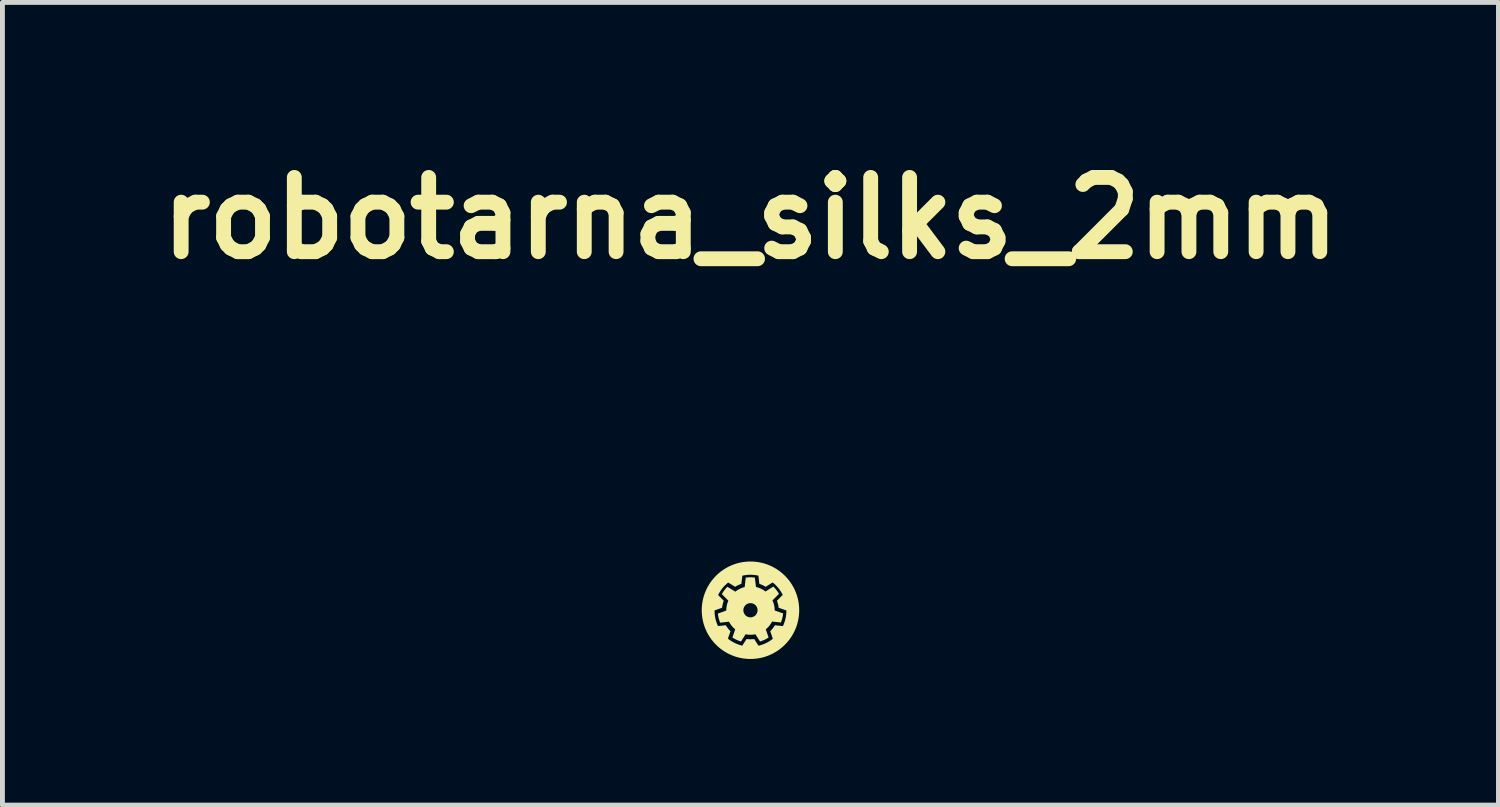
<source format=kicad_pcb>
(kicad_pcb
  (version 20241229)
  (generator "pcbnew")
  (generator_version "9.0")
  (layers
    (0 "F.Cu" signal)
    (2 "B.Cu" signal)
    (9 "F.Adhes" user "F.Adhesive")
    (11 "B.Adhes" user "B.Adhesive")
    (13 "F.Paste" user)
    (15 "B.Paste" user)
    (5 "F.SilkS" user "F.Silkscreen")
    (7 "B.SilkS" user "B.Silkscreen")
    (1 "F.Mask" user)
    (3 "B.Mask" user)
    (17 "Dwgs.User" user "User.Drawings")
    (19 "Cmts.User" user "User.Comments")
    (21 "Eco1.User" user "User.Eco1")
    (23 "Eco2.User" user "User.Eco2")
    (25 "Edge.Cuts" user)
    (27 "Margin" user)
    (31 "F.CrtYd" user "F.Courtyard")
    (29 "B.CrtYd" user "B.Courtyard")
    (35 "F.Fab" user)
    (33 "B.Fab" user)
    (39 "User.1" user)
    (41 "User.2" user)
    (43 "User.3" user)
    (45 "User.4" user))
  (footprint "robotarna_silks_2mm"
    (layer "F.Cu")
    (at 12.352 9.474)
    (property "Reference" "robotarna_silks_2mm" (at 0 -8.048 0) (layer "F.SilkS") (effects (font (size 1.524 1.524) (thickness 0.305))))
    (attr smd)
    (fp_poly (pts (xy -0.000002 0.146) (xy -0.661 0.123) (xy -0.659 0.133) (xy -0.657 0.144) (xy -0.654 0.154) (xy -0.652 0.165) (xy -0.649 0.175) (xy -0.646 0.185) (xy -0.643 0.196) (xy -0.64 0.206) (xy -0.637 0.216) (xy -0.633 0.226) (xy -0.629 0.236) (xy -0.626 0.246) (xy -0.622 0.255) (xy -0.441 0.235) (xy -0.436 0.245) (xy -0.431 0.254) (xy -0.425 0.263) (xy -0.419 0.272) (xy -0.414 0.281) (xy -0.407 0.29) (xy -0.401 0.299) (xy -0.395 0.308) (xy -0.388 0.316) (xy -0.381 0.324) (xy -0.375 0.333) (xy -0.367 0.341) (xy -0.36 0.348) (xy -0.353 0.356) (xy -0.345 0.364) (xy -0.337 0.371) (xy -0.329 0.378) (xy -0.321 0.385) (xy -0.313 0.392) (xy -0.37 0.559) (xy -0.361 0.565) (xy -0.352 0.571) (xy -0.343 0.577) (xy -0.333 0.582) (xy -0.324 0.587) (xy -0.315 0.592) (xy -0.305 0.597) (xy -0.295 0.602) (xy -0.285 0.607) (xy -0.276 0.611) (xy -0.266 0.616) (xy -0.256 0.62) (xy -0.246 0.624) (xy -0.235 0.628) (xy -0.225 0.632) (xy -0.215 0.635) (xy -0.204 0.639) (xy -0.194 0.642) (xy -0.1 0.493) (xy -0.089 0.495) (xy -0.078 0.497) (xy -0.068 0.499) (xy -0.057 0.5) (xy -0.045 0.501) (xy -0.034 0.502) (xy -0.023 0.503) (xy -0.012 0.503) (xy -0.000372 0.503) (xy 0.01 0.503) (xy 0.02 0.503) (xy 0.031 0.502) (xy 0.041 0.502) (xy 0.051 0.501) (xy 0.061 0.5) (xy 0.071 0.498) (xy 0.081 0.497) (xy 0.091 0.495) (xy 0.101 0.493) (xy 0.196 0.641) (xy 0.207 0.638) (xy 0.217 0.635) (xy 0.227 0.631) (xy 0.238 0.627) (xy 0.248 0.623) (xy 0.258 0.619) (xy 0.268 0.615) (xy 0.278 0.611) (xy 0.288 0.606) (xy 0.297 0.602) (xy 0.307 0.597) (xy 0.316 0.592) (xy 0.326 0.587) (xy 0.335 0.581) (xy 0.345 0.576) (xy 0.354 0.57) (xy 0.363 0.565) (xy 0.372 0.559) (xy 0.314 0.392) (xy 0.322 0.385) (xy 0.33 0.378) (xy 0.338 0.371) (xy 0.346 0.363) (xy 0.354 0.355) (xy 0.361 0.348) (xy 0.369 0.34) (xy 0.376 0.332) (xy 0.383 0.323) (xy 0.39 0.315) (xy 0.397 0.306) (xy 0.403 0.297) (xy 0.409 0.289) (xy 0.415 0.28) (xy 0.421 0.27) (xy 0.427 0.261) (xy 0.432 0.252) (xy 0.438 0.242) (xy 0.443 0.232) (xy 0.624 0.251) (xy 0.628 0.242) (xy 0.631 0.232) (xy 0.635 0.222) (xy 0.639 0.212) (xy 0.642 0.202) (xy 0.645 0.192) (xy 0.648 0.181) (xy 0.651 0.171) (xy 0.653 0.161) (xy 0.656 0.15) (xy 0.658 0.14) (xy 0.66 0.13) (xy 0.662 0.119) (xy 0.664 0.108) (xy 0.666 0.098) (xy 0.668 0.087) (xy 0.669 0.076) (xy 0.67 0.065) (xy 0.497 0.005) (xy 0.497 -0.007) (xy 0.496 -0.019) (xy 0.496 -0.03) (xy 0.495 -0.041) (xy 0.494 -0.053) (xy 0.492 -0.064) (xy 0.49 -0.075) (xy 0.488 -0.086) (xy 0.486 -0.097) (xy 0.484 -0.108) (xy 0.481 -0.119) (xy 0.478 -0.13) (xy 0.475 -0.14) (xy 0.472 -0.151) (xy 0.468 -0.161) (xy 0.464 -0.171) (xy 0.46 -0.182) (xy 0.456 -0.192) (xy 0.451 -0.202) (xy 0.585 -0.337) (xy 0.579 -0.347) (xy 0.573 -0.356) (xy 0.567 -0.366) (xy 0.561 -0.375) (xy 0.555 -0.384) (xy 0.549 -0.393) (xy 0.542 -0.402) (xy 0.535 -0.411) (xy 0.528 -0.42) (xy 0.522 -0.429) (xy 0.514 -0.437) (xy 0.507 -0.446) (xy 0.5 -0.454) (xy 0.492 -0.462) (xy 0.485 -0.47) (xy 0.477 -0.478) (xy 0.469 -0.486) (xy 0.307 -0.384) (xy 0.298 -0.391) (xy 0.29 -0.397) (xy 0.281 -0.403) (xy 0.272 -0.409) (xy 0.263 -0.415) (xy 0.254 -0.421) (xy 0.245 -0.426) (xy 0.235 -0.431) (xy 0.226 -0.436) (xy 0.216 -0.441) (xy 0.206 -0.446) (xy 0.196 -0.45) (xy 0.186 -0.454) (xy 0.176 -0.458) (xy 0.166 -0.462) (xy 0.156 -0.466) (xy 0.145 -0.469) (xy 0.135 -0.472) (xy 0.124 -0.475) (xy 0.113 -0.477) (xy 0.09 -0.67) (xy 0.079 -0.671) (xy 0.068 -0.673) (xy 0.057 -0.674) (xy 0.046 -0.674) (xy 0.035 -0.675) (xy 0.024 -0.676) (xy 0.012 -0.676) (xy 0.001 -0.676) (xy -0.01 -0.676) (xy -0.021 -0.676) (xy -0.032 -0.675) (xy -0.043 -0.675) (xy -0.054 -0.674) (xy -0.065 -0.673) (xy -0.076 -0.672) (xy -0.087 -0.67) (xy -0.097 -0.669) (xy -0.119 -0.476) (xy -0.13 -0.473) (xy -0.141 -0.47) (xy -0.151 -0.467) (xy -0.161 -0.463) (xy -0.171 -0.46) (xy -0.182 -0.456) (xy -0.192 -0.452) (xy -0.201 -0.448) (xy -0.211 -0.443) (xy -0.221 -0.438) (xy -0.23 -0.434) (xy -0.24 -0.429) (xy -0.249 -0.423) (xy -0.258 -0.418) (xy -0.267 -0.412) (xy -0.276 -0.406) (xy -0.285 -0.4) (xy -0.294 -0.394) (xy -0.302 -0.388) (xy -0.31 -0.381) (xy -0.473 -0.481) (xy -0.481 -0.474) (xy -0.489 -0.465) (xy -0.496 -0.457) (xy -0.504 -0.449) (xy -0.511 -0.441) (xy -0.518 -0.432) (xy -0.525 -0.423) (xy -0.532 -0.415) (xy -0.539 -0.406) (xy -0.545 -0.397) (xy -0.552 -0.388) (xy -0.558 -0.378) (xy -0.564 -0.369) (xy -0.57 -0.36) (xy -0.576 -0.35) (xy -0.582 -0.341) (xy -0.588 -0.331) (xy -0.453 -0.196) (xy -0.458 -0.186) (xy -0.462 -0.177) (xy -0.466 -0.167) (xy -0.469 -0.156) (xy -0.473 -0.146) (xy -0.476 -0.136) (xy -0.479 -0.125) (xy -0.482 -0.115) (xy -0.484 -0.104) (xy -0.486 -0.094) (xy -0.489 -0.083) (xy -0.49 -0.072) (xy -0.492 -0.061) (xy -0.493 -0.05) (xy -0.494 -0.039) (xy -0.495 -0.028) (xy -0.496 -0.017) (xy -0.496 -0.006) (xy -0.497 0.006) (xy -0.497 0.007) (xy -0.669 0.069) (xy -0.668 0.08) (xy -0.666 0.091) (xy -0.665 0.101) (xy -0.663 0.112) (xy -0.661 0.123) (xy -0.000002 0.146) (xy -0.01 0.145) (xy -0.021 0.144) (xy -0.031 0.143) (xy -0.04 0.14) (xy -0.05 0.137) (xy -0.059 0.133) (xy -0.068 0.129) (xy -0.076 0.124) (xy -0.085 0.119) (xy -0.092 0.113) (xy -0.1 0.107) (xy -0.107 0.1) (xy -0.113 0.092) (xy -0.119 0.085) (xy -0.124 0.076) (xy -0.129 0.068) (xy -0.133 0.059) (xy -0.137 0.05) (xy -0.14 0.04) (xy -0.143 0.031) (xy -0.144 0.021) (xy -0.145 0.01) (xy -0.146 0.000003) (xy -0.145 -0.01) (xy -0.144 -0.021) (xy -0.143 -0.031) (xy -0.14 -0.04) (xy -0.137 -0.05) (xy -0.133 -0.059) (xy -0.129 -0.068) (xy -0.124 -0.076) (xy -0.119 -0.085) (xy -0.113 -0.092) (xy -0.107 -0.1) (xy -0.1 -0.107) (xy -0.092 -0.113) (xy -0.085 -0.119) (xy -0.076 -0.124) (xy -0.068 -0.129) (xy -0.059 -0.133) (xy -0.05 -0.137) (xy -0.04 -0.14) (xy -0.031 -0.143) (xy -0.021 -0.144) (xy -0.01 -0.145) (xy -0.000002 -0.146) (xy 0.01 -0.145) (xy 0.021 -0.144) (xy 0.031 -0.143) (xy 0.04 -0.14) (xy 0.05 -0.137) (xy 0.059 -0.133) (xy 0.068 -0.129) (xy 0.076 -0.124) (xy 0.085 -0.119) (xy 0.092 -0.113) (xy 0.1 -0.107) (xy 0.107 -0.1) (xy 0.113 -0.092) (xy 0.119 -0.085) (xy 0.124 -0.076) (xy 0.129 -0.068) (xy 0.133 -0.059) (xy 0.137 -0.05) (xy 0.14 -0.04) (xy 0.143 -0.031) (xy 0.144 -0.021) (xy 0.145 -0.01) (xy 0.146 0.000003) (xy 0.145 0.01) (xy 0.144 0.021) (xy 0.143 0.031) (xy 0.14 0.04) (xy 0.137 0.05) (xy 0.133 0.059) (xy 0.129 0.068) (xy 0.124 0.076) (xy 0.119 0.085) (xy 0.113 0.092) (xy 0.107 0.1) (xy 0.1 0.107) (xy 0.092 0.113) (xy 0.085 0.119) (xy 0.076 0.124) (xy 0.068 0.129) (xy 0.059 0.133) (xy 0.05 0.137) (xy 0.04 0.14) (xy 0.031 0.143) (xy 0.021 0.144) (xy 0.01 0.145) (xy -0.000002 0.146)) (stroke (width 0) (type solid)) (fill yes) (layer "F.SilkS"))
    (fp_poly (pts (xy 0.666 0.326) (xy 0.148 0.989) (xy 0.158 0.988) (xy 0.168 0.986) (xy 0.179 0.984) (xy 0.189 0.982) (xy 0.199 0.98) (xy 0.209 0.978) (xy 0.219 0.976) (xy 0.229 0.974) (xy 0.239 0.971) (xy 0.249 0.969) (xy 0.259 0.966) (xy 0.269 0.963) (xy 0.279 0.961) (xy 0.289 0.958) (xy 0.299 0.955) (xy 0.308 0.952) (xy 0.318 0.948) (xy 0.328 0.945) (xy 0.337 0.942) (xy 0.347 0.938) (xy 0.356 0.935) (xy 0.366 0.931) (xy 0.375 0.927) (xy 0.385 0.923) (xy 0.394 0.919) (xy 0.403 0.915) (xy 0.412 0.911) (xy 0.422 0.907) (xy 0.431 0.903) (xy 0.44 0.898) (xy 0.449 0.894) (xy 0.458 0.889) (xy 0.467 0.885) (xy 0.476 0.88) (xy 0.484 0.875) (xy 0.493 0.87) (xy 0.502 0.865) (xy 0.51 0.86) (xy 0.519 0.855) (xy 0.528 0.85) (xy 0.536 0.844) (xy 0.545 0.839) (xy 0.553 0.833) (xy 0.561 0.828) (xy 0.569 0.822) (xy 0.578 0.816) (xy 0.586 0.811) (xy 0.594 0.805) (xy 0.602 0.799) (xy 0.61 0.793) (xy 0.618 0.787) (xy 0.625 0.78) (xy 0.633 0.774) (xy 0.641 0.768) (xy 0.649 0.761) (xy 0.656 0.755) (xy 0.664 0.748) (xy 0.671 0.741) (xy 0.678 0.735) (xy 0.686 0.728) (xy 0.693 0.721) (xy 0.7 0.714) (xy 0.707 0.707) (xy 0.714 0.7) (xy 0.721 0.693) (xy 0.728 0.686) (xy 0.735 0.678) (xy 0.741 0.671) (xy 0.748 0.664) (xy 0.755 0.656) (xy 0.761 0.649) (xy 0.768 0.641) (xy 0.774 0.633) (xy 0.78 0.625) (xy 0.787 0.618) (xy 0.793 0.61) (xy 0.799 0.602) (xy 0.805 0.594) (xy 0.811 0.586) (xy 0.816 0.578) (xy 0.822 0.569) (xy 0.828 0.561) (xy 0.833 0.553) (xy 0.839 0.545) (xy 0.844 0.536) (xy 0.85 0.528) (xy 0.855 0.519) (xy 0.86 0.51) (xy 0.865 0.502) (xy 0.87 0.493) (xy 0.875 0.484) (xy 0.88 0.476) (xy 0.885 0.467) (xy 0.889 0.458) (xy 0.894 0.449) (xy 0.898 0.44) (xy 0.903 0.431) (xy 0.907 0.422) (xy 0.911 0.412) (xy 0.915 0.403) (xy 0.919 0.394) (xy 0.923 0.385) (xy 0.927 0.375) (xy 0.931 0.366) (xy 0.935 0.356) (xy 0.938 0.347) (xy 0.942 0.337) (xy 0.945 0.328) (xy 0.948 0.318) (xy 0.952 0.308) (xy 0.955 0.299) (xy 0.958 0.289) (xy 0.961 0.279) (xy 0.963 0.269) (xy 0.966 0.259) (xy 0.969 0.249) (xy 0.971 0.239) (xy 0.974 0.229) (xy 0.976 0.219) (xy 0.978 0.209) (xy 0.98 0.199) (xy 0.982 0.189) (xy 0.984 0.179) (xy 0.986 0.168) (xy 0.988 0.158) (xy 0.989 0.148) (xy 0.991 0.137) (xy 0.992 0.127) (xy 0.993 0.117) (xy 0.994 0.106) (xy 0.995 0.096) (xy 0.996 0.085) (xy 0.997 0.075) (xy 0.998 0.064) (xy 0.999 0.053) (xy 0.999 0.043) (xy 0.999 0.032) (xy 1 0.021) (xy 1 0.011) (xy 1 0.000003) (xy 1 -0.011) (xy 1 -0.021) (xy 0.999 -0.032) (xy 0.999 -0.043) (xy 0.999 -0.053) (xy 0.998 -0.064) (xy 0.997 -0.075) (xy 0.996 -0.085) (xy 0.995 -0.096) (xy 0.994 -0.106) (xy 0.993 -0.117) (xy 0.992 -0.127) (xy 0.991 -0.137) (xy 0.989 -0.148) (xy 0.988 -0.158) (xy 0.986 -0.168) (xy 0.984 -0.179) (xy 0.982 -0.189) (xy 0.98 -0.199) (xy 0.978 -0.209) (xy 0.976 -0.219) (xy 0.974 -0.229) (xy 0.971 -0.239) (xy 0.969 -0.249) (xy 0.966 -0.259) (xy 0.963 -0.269) (xy 0.961 -0.279) (xy 0.958 -0.289) (xy 0.955 -0.299) (xy 0.952 -0.308) (xy 0.948 -0.318) (xy 0.945 -0.328) (xy 0.942 -0.337) (xy 0.938 -0.347) (xy 0.935 -0.356) (xy 0.931 -0.366) (xy 0.927 -0.375) (xy 0.923 -0.385) (xy 0.919 -0.394) (xy 0.915 -0.403) (xy 0.911 -0.412) (xy 0.907 -0.422) (xy 0.903 -0.431) (xy 0.898 -0.44) (xy 0.894 -0.449) (xy 0.889 -0.458) (xy 0.885 -0.467) (xy 0.88 -0.476) (xy 0.875 -0.484) (xy 0.87 -0.493) (xy 0.865 -0.502) (xy 0.86 -0.51) (xy 0.855 -0.519) (xy 0.85 -0.528) (xy 0.844 -0.536) (xy 0.839 -0.545) (xy 0.833 -0.553) (xy 0.828 -0.561) (xy 0.822 -0.569) (xy 0.816 -0.578) (xy 0.811 -0.586) (xy 0.805 -0.594) (xy 0.799 -0.602) (xy 0.793 -0.61) (xy 0.787 -0.618) (xy 0.78 -0.625) (xy 0.774 -0.633) (xy 0.768 -0.641) (xy 0.761 -0.649) (xy 0.755 -0.656) (xy 0.748 -0.664) (xy 0.741 -0.671) (xy 0.735 -0.678) (xy 0.728 -0.686) (xy 0.721 -0.693) (xy 0.714 -0.7) (xy 0.707 -0.707) (xy 0.7 -0.714) (xy 0.693 -0.721) (xy 0.686 -0.728) (xy 0.678 -0.735) (xy 0.671 -0.741) (xy 0.664 -0.748) (xy 0.656 -0.755) (xy 0.649 -0.761) (xy 0.641 -0.768) (xy 0.633 -0.774) (xy 0.625 -0.78) (xy 0.618 -0.787) (xy 0.61 -0.793) (xy 0.602 -0.799) (xy 0.594 -0.805) (xy 0.586 -0.811) (xy 0.578 -0.816) (xy 0.569 -0.822) (xy 0.561 -0.828) (xy 0.553 -0.833) (xy 0.545 -0.839) (xy 0.536 -0.844) (xy 0.528 -0.85) (xy 0.519 -0.855) (xy 0.51 -0.86) (xy 0.502 -0.865) (xy 0.493 -0.87) (xy 0.484 -0.875) (xy 0.476 -0.88) (xy 0.467 -0.885) (xy 0.458 -0.889) (xy 0.449 -0.894) (xy 0.44 -0.898) (xy 0.431 -0.903) (xy 0.422 -0.907) (xy 0.412 -0.911) (xy 0.403 -0.915) (xy 0.394 -0.919) (xy 0.385 -0.923) (xy 0.375 -0.927) (xy 0.366 -0.931) (xy 0.356 -0.935) (xy 0.347 -0.938) (xy 0.337 -0.942) (xy 0.328 -0.945) (xy 0.318 -0.948) (xy 0.308 -0.952) (xy 0.299 -0.955) (xy 0.289 -0.958) (xy 0.279 -0.961) (xy 0.269 -0.963) (xy 0.259 -0.966) (xy 0.249 -0.969) (xy 0.239 -0.971) (xy 0.229 -0.974) (xy 0.219 -0.976) (xy 0.209 -0.978) (xy 0.199 -0.98) (xy 0.189 -0.982) (xy 0.179 -0.984) (xy 0.168 -0.986) (xy 0.158 -0.988) (xy 0.148 -0.989) (xy 0.137 -0.991) (xy 0.127 -0.992) (xy 0.117 -0.993) (xy 0.106 -0.994) (xy 0.096 -0.995) (xy 0.085 -0.996) (xy 0.075 -0.997) (xy 0.064 -0.998) (xy 0.053 -0.999) (xy 0.043 -0.999) (xy 0.032 -0.999) (xy 0.021 -1) (xy 0.011 -1) (xy -0.000003 -1) (xy -0.011 -1) (xy -0.021 -1) (xy -0.032 -0.999) (xy -0.043 -0.999) (xy -0.053 -0.999) (xy -0.064 -0.998) (xy -0.075 -0.997) (xy -0.085 -0.996) (xy -0.096 -0.995) (xy -0.106 -0.994) (xy -0.117 -0.993) (xy -0.127 -0.992) (xy -0.137 -0.991) (xy -0.148 -0.989) (xy -0.158 -0.988) (xy -0.168 -0.986) (xy -0.179 -0.984) (xy -0.189 -0.982) (xy -0.199 -0.98) (xy -0.209 -0.978) (xy -0.219 -0.976) (xy -0.229 -0.974) (xy -0.239 -0.971) (xy -0.249 -0.969) (xy -0.259 -0.966) (xy -0.269 -0.963) (xy -0.279 -0.961) (xy -0.289 -0.958) (xy -0.299 -0.955) (xy -0.308 -0.952) (xy -0.318 -0.948) (xy -0.328 -0.945) (xy -0.337 -0.942) (xy -0.347 -0.938) (xy -0.356 -0.935) (xy -0.366 -0.931) (xy -0.375 -0.927) (xy -0.385 -0.923) (xy -0.394 -0.919) (xy -0.403 -0.915) (xy -0.412 -0.911) (xy -0.422 -0.907) (xy -0.431 -0.903) (xy -0.44 -0.898) (xy -0.449 -0.894) (xy -0.458 -0.889) (xy -0.467 -0.885) (xy -0.476 -0.88) (xy -0.484 -0.875) (xy -0.493 -0.87) (xy -0.502 -0.865) (xy -0.51 -0.86) (xy -0.519 -0.855) (xy -0.528 -0.85) (xy -0.536 -0.844) (xy -0.545 -0.839) (xy -0.553 -0.833) (xy -0.561 -0.828) (xy -0.569 -0.822) (xy -0.578 -0.816) (xy -0.586 -0.811) (xy -0.594 -0.805) (xy -0.602 -0.799) (xy -0.61 -0.793) (xy -0.618 -0.787) (xy -0.625 -0.78) (xy -0.633 -0.774) (xy -0.641 -0.768) (xy -0.649 -0.761) (xy -0.656 -0.755) (xy -0.664 -0.748) (xy -0.671 -0.741) (xy -0.678 -0.735) (xy -0.686 -0.728) (xy -0.693 -0.721) (xy -0.7 -0.714) (xy -0.707 -0.707) (xy -0.714 -0.7) (xy -0.721 -0.693) (xy -0.728 -0.686) (xy -0.735 -0.678) (xy -0.741 -0.671) (xy -0.748 -0.664) (xy -0.755 -0.656) (xy -0.761 -0.649) (xy -0.768 -0.641) (xy -0.774 -0.633) (xy -0.78 -0.625) (xy -0.787 -0.618) (xy -0.793 -0.61) (xy -0.799 -0.602) (xy -0.805 -0.594) (xy -0.811 -0.586) (xy -0.816 -0.578) (xy -0.822 -0.569) (xy -0.828 -0.561) (xy -0.833 -0.553) (xy -0.839 -0.545) (xy -0.844 -0.536) (xy -0.85 -0.528) (xy -0.855 -0.519) (xy -0.86 -0.51) (xy -0.865 -0.502) (xy -0.87 -0.493) (xy -0.875 -0.484) (xy -0.88 -0.476) (xy -0.885 -0.467) (xy -0.889 -0.458) (xy -0.894 -0.449) (xy -0.898 -0.44) (xy -0.903 -0.431) (xy -0.907 -0.422) (xy -0.911 -0.412) (xy -0.915 -0.403) (xy -0.919 -0.394) (xy -0.923 -0.385) (xy -0.927 -0.375) (xy -0.931 -0.366) (xy -0.935 -0.356) (xy -0.938 -0.347) (xy -0.942 -0.337) (xy -0.945 -0.328) (xy -0.948 -0.318) (xy -0.952 -0.308) (xy -0.955 -0.299) (xy -0.958 -0.289) (xy -0.961 -0.279) (xy -0.963 -0.269) (xy -0.966 -0.259) (xy -0.969 -0.249) (xy -0.971 -0.239) (xy -0.974 -0.229) (xy -0.976 -0.219) (xy -0.978 -0.209) (xy -0.98 -0.199) (xy -0.982 -0.189) (xy -0.984 -0.179) (xy -0.986 -0.168) (xy -0.988 -0.158) (xy -0.989 -0.148) (xy -0.991 -0.137) (xy -0.992 -0.127) (xy -0.993 -0.117) (xy -0.994 -0.106) (xy -0.995 -0.096) (xy -0.996 -0.085) (xy -0.997 -0.075) (xy -0.998 -0.064) (xy -0.999 -0.053) (xy -0.999 -0.043) (xy -0.999 -0.032) (xy -1 -0.021) (xy -1 -0.011) (xy -1 0.000003) (xy -1 0.011) (xy -1 0.021) (xy -0.999 0.032) (xy -0.999 0.043) (xy -0.999 0.053) (xy -0.998 0.064) (xy -0.997 0.075) (xy -0.996 0.085) (xy -0.995 0.096) (xy -0.994 0.106) (xy -0.993 0.117) (xy -0.992 0.127) (xy -0.991 0.137) (xy -0.989 0.148) (xy -0.988 0.158) (xy -0.986 0.168) (xy -0.984 0.179) (xy -0.982 0.189) (xy -0.98 0.199) (xy -0.978 0.209) (xy -0.976 0.219) (xy -0.974 0.229) (xy -0.971 0.239) (xy -0.969 0.249) (xy -0.966 0.259) (xy -0.963 0.269) (xy -0.961 0.279) (xy -0.958 0.289) (xy -0.955 0.299) (xy -0.952 0.308) (xy -0.948 0.318) (xy -0.945 0.328) (xy -0.942 0.337) (xy -0.938 0.347) (xy -0.935 0.356) (xy -0.931 0.366) (xy -0.927 0.375) (xy -0.923 0.385) (xy -0.919 0.394) (xy -0.915 0.403) (xy -0.911 0.412) (xy -0.907 0.422) (xy -0.903 0.431) (xy -0.898 0.44) (xy -0.894 0.449) (xy -0.889 0.458) (xy -0.885 0.467) (xy -0.88 0.476) (xy -0.875 0.484) (xy -0.87 0.493) (xy -0.865 0.502) (xy -0.86 0.51) (xy -0.855 0.519) (xy -0.85 0.528) (xy -0.844 0.536) (xy -0.839 0.545) (xy -0.833 0.553) (xy -0.828 0.561) (xy -0.822 0.569) (xy -0.816 0.578) (xy -0.811 0.586) (xy -0.805 0.594) (xy -0.799 0.602) (xy -0.793 0.61) (xy -0.787 0.618) (xy -0.78 0.625) (xy -0.774 0.633) (xy -0.768 0.641) (xy -0.761 0.649) (xy -0.755 0.656) (xy -0.748 0.664) (xy -0.741 0.671) (xy -0.735 0.678) (xy -0.728 0.686) (xy -0.721 0.693) (xy -0.714 0.7) (xy -0.707 0.707) (xy -0.7 0.714) (xy -0.693 0.721) (xy -0.686 0.728) (xy -0.678 0.735) (xy -0.671 0.741) (xy -0.664 0.748) (xy -0.656 0.755) (xy -0.649 0.761) (xy -0.641 0.768) (xy -0.633 0.774) (xy -0.625 0.78) (xy -0.618 0.787) (xy -0.61 0.793) (xy -0.602 0.799) (xy -0.594 0.805) (xy -0.586 0.811) (xy -0.578 0.816) (xy -0.569 0.822) (xy -0.561 0.828) (xy -0.553 0.833) (xy -0.545 0.839) (xy -0.536 0.844) (xy -0.528 0.85) (xy -0.519 0.855) (xy -0.51 0.86) (xy -0.502 0.865) (xy -0.493 0.87) (xy -0.484 0.875) (xy -0.476 0.88) (xy -0.467 0.885) (xy -0.458 0.889) (xy -0.449 0.894) (xy -0.44 0.898) (xy -0.431 0.903) (xy -0.422 0.907) (xy -0.412 0.911) (xy -0.403 0.915) (xy -0.394 0.919) (xy -0.385 0.923) (xy -0.375 0.927) (xy -0.366 0.931) (xy -0.356 0.935) (xy -0.347 0.938) (xy -0.337 0.942) (xy -0.328 0.945) (xy -0.318 0.948) (xy -0.308 0.952) (xy -0.299 0.955) (xy -0.289 0.958) (xy -0.279 0.961) (xy -0.269 0.963) (xy -0.259 0.966) (xy -0.249 0.969) (xy -0.239 0.971) (xy -0.229 0.974) (xy -0.219 0.976) (xy -0.209 0.978) (xy -0.199 0.98) (xy -0.189 0.982) (xy -0.179 0.984) (xy -0.168 0.986) (xy -0.158 0.988) (xy -0.148 0.989) (xy -0.137 0.991) (xy -0.127 0.992) (xy -0.117 0.993) (xy -0.106 0.994) (xy -0.096 0.995) (xy -0.085 0.996) (xy -0.075 0.997) (xy -0.064 0.998) (xy -0.053 0.999) (xy -0.043 0.999) (xy -0.032 0.999) (xy -0.021 1) (xy -0.011 1) (xy -0.000003 1) (xy 0.011 1) (xy 0.021 1) (xy 0.032 0.999) (xy 0.043 0.999) (xy 0.053 0.999) (xy 0.064 0.998) (xy 0.075 0.997) (xy 0.085 0.996) (xy 0.096 0.995) (xy 0.106 0.994) (xy 0.117 0.993) (xy 0.127 0.992) (xy 0.137 0.991) (xy 0.148 0.989) (xy 0.666 0.326) (xy 0.501 0.308) (xy 0.496 0.318) (xy 0.49 0.327) (xy 0.484 0.336) (xy 0.477 0.345) (xy 0.471 0.355) (xy 0.464 0.363) (xy 0.458 0.372) (xy 0.451 0.381) (xy 0.444 0.39) (xy 0.436 0.398) (xy 0.429 0.406) (xy 0.421 0.414) (xy 0.414 0.422) (xy 0.406 0.43) (xy 0.459 0.586) (xy 0.451 0.592) (xy 0.442 0.599) (xy 0.433 0.605) (xy 0.424 0.612) (xy 0.416 0.618) (xy 0.406 0.624) (xy 0.397 0.63) (xy 0.388 0.636) (xy 0.379 0.642) (xy 0.369 0.647) (xy 0.36 0.653) (xy 0.35 0.658) (xy 0.341 0.663) (xy 0.331 0.668) (xy 0.321 0.673) (xy 0.311 0.678) (xy 0.301 0.682) (xy 0.291 0.687) (xy 0.281 0.691) (xy 0.271 0.695) (xy 0.26 0.699) (xy 0.25 0.703) (xy 0.239 0.707) (xy 0.229 0.71) (xy 0.218 0.713) (xy 0.207 0.717) (xy 0.197 0.72) (xy 0.186 0.723) (xy 0.175 0.725) (xy 0.164 0.728) (xy 0.077 0.591) (xy 0.067 0.592) (xy 0.058 0.593) (xy 0.048 0.594) (xy 0.038 0.595) (xy 0.028 0.595) (xy 0.018 0.596) (xy 0.008 0.596) (xy -0.002 0.596) (xy -0.012 0.596) (xy -0.022 0.596) (xy -0.032 0.595) (xy -0.042 0.595) (xy -0.052 0.594) (xy -0.062 0.593) (xy -0.072 0.592) (xy -0.081 0.591) (xy -0.168 0.727) (xy -0.179 0.724) (xy -0.19 0.722) (xy -0.2 0.719) (xy -0.211 0.716) (xy -0.222 0.712) (xy -0.232 0.709) (xy -0.243 0.705) (xy -0.253 0.702) (xy -0.264 0.698) (xy -0.274 0.694) (xy -0.284 0.689) (xy -0.295 0.685) (xy -0.305 0.681) (xy -0.315 0.676) (xy -0.325 0.671) (xy -0.334 0.666) (xy -0.344 0.661) (xy -0.354 0.656) (xy -0.363 0.651) (xy -0.373 0.645) (xy -0.382 0.639) (xy -0.392 0.634) (xy -0.401 0.628) (xy -0.41 0.622) (xy -0.419 0.616) (xy -0.428 0.609) (xy -0.437 0.603) (xy -0.446 0.596) (xy -0.454 0.59) (xy -0.463 0.583) (xy -0.41 0.43) (xy -0.418 0.422) (xy -0.426 0.414) (xy -0.433 0.406) (xy -0.441 0.398) (xy -0.448 0.39) (xy -0.455 0.381) (xy -0.462 0.372) (xy -0.469 0.363) (xy -0.475 0.355) (xy -0.482 0.345) (xy -0.488 0.336) (xy -0.494 0.327) (xy -0.5 0.318) (xy -0.506 0.308) (xy -0.666 0.325) (xy -0.671 0.316) (xy -0.675 0.306) (xy -0.679 0.296) (xy -0.683 0.286) (xy -0.687 0.276) (xy -0.691 0.266) (xy -0.695 0.256) (xy -0.698 0.246) (xy -0.701 0.236) (xy -0.705 0.226) (xy -0.708 0.216) (xy -0.711 0.205) (xy -0.714 0.195) (xy -0.716 0.184) (xy -0.719 0.174) (xy -0.721 0.163) (xy -0.723 0.152) (xy -0.725 0.142) (xy -0.727 0.131) (xy -0.729 0.12) (xy -0.73 0.109) (xy -0.732 0.098) (xy -0.733 0.087) (xy -0.734 0.076) (xy -0.735 0.065) (xy -0.736 0.054) (xy -0.736 0.043) (xy -0.737 0.032) (xy -0.737 0.02) (xy -0.737 0.009) (xy -0.737 0.004) (xy -0.583 -0.051) (xy -0.581 -0.062) (xy -0.58 -0.072) (xy -0.578 -0.083) (xy -0.576 -0.093) (xy -0.574 -0.104) (xy -0.572 -0.114) (xy -0.57 -0.125) (xy -0.567 -0.135) (xy -0.564 -0.145) (xy -0.562 -0.155) (xy -0.558 -0.165) (xy -0.555 -0.175) (xy -0.552 -0.185) (xy -0.548 -0.195) (xy -0.664 -0.312) (xy -0.659 -0.322) (xy -0.654 -0.332) (xy -0.648 -0.341) (xy -0.643 -0.351) (xy -0.638 -0.361) (xy -0.632 -0.37) (xy -0.626 -0.38) (xy -0.62 -0.389) (xy -0.614 -0.399) (xy -0.608 -0.408) (xy -0.602 -0.417) (xy -0.595 -0.426) (xy -0.588 -0.435) (xy -0.582 -0.444) (xy -0.575 -0.452) (xy -0.568 -0.461) (xy -0.561 -0.469) (xy -0.553 -0.478) (xy -0.546 -0.486) (xy -0.539 -0.494) (xy -0.531 -0.502) (xy -0.523 -0.51) (xy -0.515 -0.518) (xy -0.507 -0.525) (xy -0.499 -0.533) (xy -0.491 -0.54) (xy -0.483 -0.548) (xy -0.474 -0.555) (xy -0.466 -0.562) (xy -0.457 -0.569) (xy -0.315 -0.481) (xy -0.306 -0.486) (xy -0.297 -0.492) (xy -0.287 -0.497) (xy -0.278 -0.503) (xy -0.268 -0.508) (xy -0.258 -0.513) (xy -0.248 -0.517) (xy -0.238 -0.522) (xy -0.228 -0.526) (xy -0.218 -0.53) (xy -0.208 -0.534) (xy -0.197 -0.538) (xy -0.187 -0.542) (xy -0.167 -0.709) (xy -0.156 -0.711) (xy -0.145 -0.714) (xy -0.135 -0.716) (xy -0.124 -0.718) (xy -0.113 -0.719) (xy -0.102 -0.721) (xy -0.091 -0.722) (xy -0.079 -0.724) (xy -0.068 -0.725) (xy -0.057 -0.726) (xy -0.046 -0.727) (xy -0.034 -0.727) (xy -0.023 -0.728) (xy -0.011 -0.728) (xy -0.000003 -0.728) (xy 0.011 -0.728) (xy 0.022 -0.728) (xy 0.033 -0.727) (xy 0.044 -0.727) (xy 0.055 -0.726) (xy 0.066 -0.725) (xy 0.077 -0.724) (xy 0.088 -0.723) (xy 0.099 -0.721) (xy 0.11 -0.72) (xy 0.12 -0.718) (xy 0.131 -0.716) (xy 0.142 -0.714) (xy 0.152 -0.712) (xy 0.163 -0.71) (xy 0.182 -0.542) (xy 0.193 -0.538) (xy 0.203 -0.534) (xy 0.214 -0.53) (xy 0.224 -0.526) (xy 0.234 -0.522) (xy 0.244 -0.517) (xy 0.254 -0.513) (xy 0.264 -0.508) (xy 0.273 -0.503) (xy 0.283 -0.497) (xy 0.292 -0.492) (xy 0.302 -0.486) (xy 0.311 -0.481) (xy 0.455 -0.57) (xy 0.464 -0.564) (xy 0.473 -0.557) (xy 0.481 -0.549) (xy 0.489 -0.542) (xy 0.498 -0.535) (xy 0.506 -0.527) (xy 0.514 -0.52) (xy 0.521 -0.512) (xy 0.529 -0.504) (xy 0.537 -0.496) (xy 0.544 -0.488) (xy 0.552 -0.48) (xy 0.559 -0.471) (xy 0.566 -0.463) (xy 0.573 -0.454) (xy 0.58 -0.446) (xy 0.587 -0.437) (xy 0.593 -0.428) (xy 0.6 -0.419) (xy 0.606 -0.41) (xy 0.612 -0.401) (xy 0.619 -0.392) (xy 0.624 -0.383) (xy 0.63 -0.373) (xy 0.636 -0.364) (xy 0.642 -0.354) (xy 0.647 -0.344) (xy 0.652 -0.334) (xy 0.657 -0.325) (xy 0.662 -0.315) (xy 0.544 -0.195) (xy 0.547 -0.185) (xy 0.551 -0.175) (xy 0.554 -0.165) (xy 0.557 -0.155) (xy 0.56 -0.145) (xy 0.563 -0.135) (xy 0.566 -0.125) (xy 0.568 -0.114) (xy 0.57 -0.104) (xy 0.572 -0.093) (xy 0.574 -0.083) (xy 0.576 -0.072) (xy 0.577 -0.062) (xy 0.578 -0.051) (xy 0.737 0.005) (xy 0.737 0.009) (xy 0.737 0.02) (xy 0.737 0.032) (xy 0.736 0.043) (xy 0.736 0.054) (xy 0.735 0.065) (xy 0.734 0.076) (xy 0.733 0.087) (xy 0.732 0.098) (xy 0.73 0.109) (xy 0.729 0.12) (xy 0.727 0.131) (xy 0.725 0.142) (xy 0.723 0.153) (xy 0.721 0.163) (xy 0.719 0.174) (xy 0.716 0.185) (xy 0.713 0.195) (xy 0.711 0.205) (xy 0.708 0.216) (xy 0.705 0.226) (xy 0.701 0.236) (xy 0.698 0.247) (xy 0.694 0.257) (xy 0.691 0.267) (xy 0.687 0.277) (xy 0.683 0.287) (xy 0.679 0.297) (xy 0.675 0.306) (xy 0.67 0.316) (xy 0.666 0.326)) (stroke (width 0) (type solid)) (fill yes) (layer "F.SilkS")))
  (gr_rect
    (start -3 -3)
    (end 27.703 13.474)
    (stroke (width 0.1) (type default))
    (fill no)
    (layer "Edge.Cuts")))
</source>
